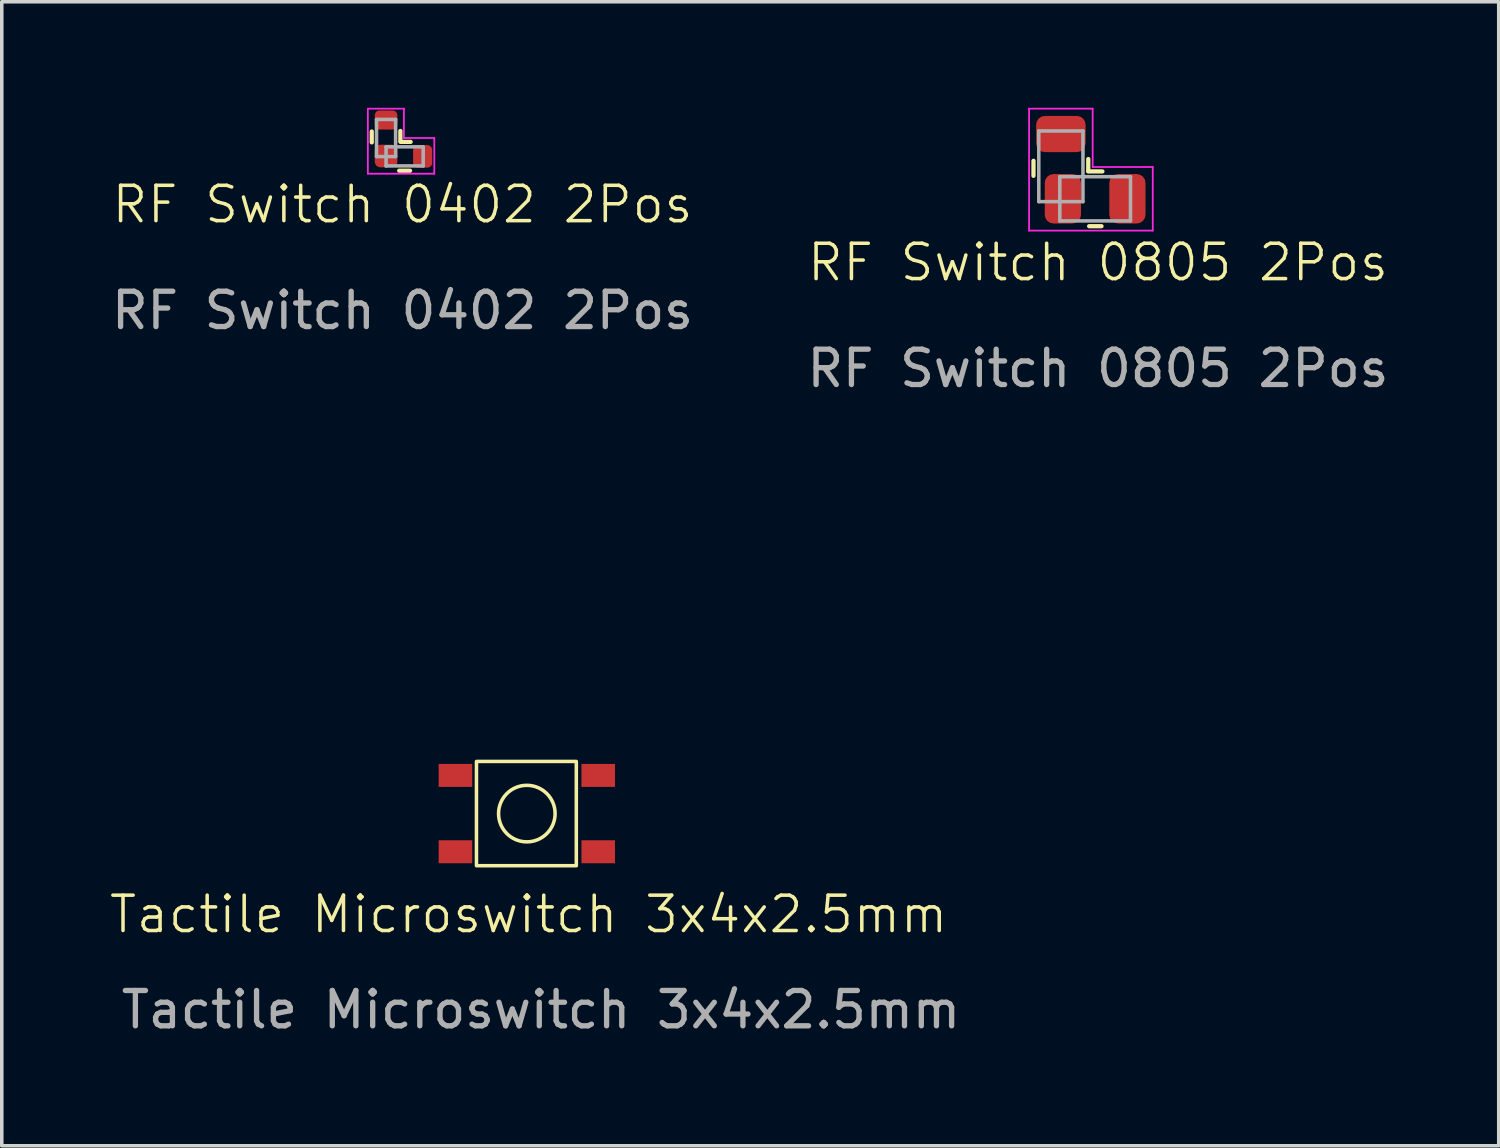
<source format=kicad_pcb>
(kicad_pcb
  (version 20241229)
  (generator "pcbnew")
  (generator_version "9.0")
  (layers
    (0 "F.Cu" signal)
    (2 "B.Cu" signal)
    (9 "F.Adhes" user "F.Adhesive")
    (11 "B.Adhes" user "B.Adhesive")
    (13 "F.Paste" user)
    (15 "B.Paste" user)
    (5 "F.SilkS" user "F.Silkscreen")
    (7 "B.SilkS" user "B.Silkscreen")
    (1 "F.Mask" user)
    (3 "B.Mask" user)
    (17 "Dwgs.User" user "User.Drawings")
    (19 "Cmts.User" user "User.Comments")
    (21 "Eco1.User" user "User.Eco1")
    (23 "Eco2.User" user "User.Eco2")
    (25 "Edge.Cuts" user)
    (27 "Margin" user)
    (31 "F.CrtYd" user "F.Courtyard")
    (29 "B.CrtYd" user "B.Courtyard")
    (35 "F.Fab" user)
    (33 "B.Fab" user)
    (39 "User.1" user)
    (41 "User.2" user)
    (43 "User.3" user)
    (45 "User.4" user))
  (footprint "RF Switch 0805 2Pos"
    (layer "F.Cu")
    (at 28.018 4.875)
    (property "Reference" "RF Switch 0805 2Pos" (at 0 -0.5 0) (unlocked yes) (layer "F.SilkS") (effects (font (size 1 1) (thickness 0.1))))
    (attr smd)
    (fp_line (start -1.825 -2.95) (end -1.825 -3.375) (stroke (width 0.12) (type solid)) (layer "F.SilkS"))
    (fp_line (start -0.275 -3.086) (end -0.275 -3.425) (stroke (width 0.12) (type solid)) (layer "F.SilkS"))
    (fp_line (start -0.275 -3.075) (end 0.125 -3.075) (stroke (width 0.12) (type solid)) (layer "F.SilkS"))
    (fp_line (start -0.25 -1.525) (end 0.1 -1.525) (stroke (width 0.12) (type solid)) (layer "F.SilkS"))
    (fp_line (start -1.95 -4.85) (end -1.95 -1.4) (stroke (width 0.05) (type default)) (layer "F.CrtYd"))
    (fp_line (start -1.95 -1.4) (end 1.55 -1.4) (stroke (width 0.05) (type default)) (layer "F.CrtYd"))
    (fp_line (start -0.15 -4.85) (end -1.95 -4.85) (stroke (width 0.05) (type default)) (layer "F.CrtYd"))
    (fp_line (start -0.15 -3.2) (end -0.15 -4.85) (stroke (width 0.05) (type default)) (layer "F.CrtYd"))
    (fp_line (start 1.55 -3.2) (end -0.15 -3.2) (stroke (width 0.05) (type default)) (layer "F.CrtYd"))
    (fp_line (start 1.55 -1.4) (end 1.55 -3.2) (stroke (width 0.05) (type default)) (layer "F.CrtYd"))
    (fp_line (start -1.675 -4.22) (end -0.425 -4.22) (stroke (width 0.1) (type solid)) (layer "F.Fab"))
    (fp_line (start -1.675 -2.22) (end -1.675 -4.22) (stroke (width 0.1) (type solid)) (layer "F.Fab"))
    (fp_line (start -1.08 -2.925) (end 0.92 -2.925) (stroke (width 0.1) (type solid)) (layer "F.Fab"))
    (fp_line (start -1.08 -1.675) (end -1.08 -2.925) (stroke (width 0.1) (type solid)) (layer "F.Fab"))
    (fp_line (start -0.425 -4.22) (end -0.425 -2.22) (stroke (width 0.1) (type solid)) (layer "F.Fab"))
    (fp_line (start -0.425 -2.22) (end -1.675 -2.22) (stroke (width 0.1) (type solid)) (layer "F.Fab"))
    (fp_line (start 0.92 -2.925) (end 0.92 -1.675) (stroke (width 0.1) (type solid)) (layer "F.Fab"))
    (fp_line (start 0.92 -1.675) (end -1.08 -1.675) (stroke (width 0.1) (type solid)) (layer "F.Fab"))
    (fp_text user "${REFERENCE}" (at 0 2.5 0) (unlocked yes) (layer "F.Fab") (effects (font (size 1 1) (thickness 0.15))))
    (pad "1" smd roundrect (at -0.993 -2.3) (size 1.025 1.4) (layers "F.Cu" "F.Mask" "F.Paste") (roundrect_rratio 0.244))
    (pad "2" smd roundrect (at 0.833 -2.3) (size 1.025 1.4) (layers "F.Cu" "F.Mask" "F.Paste") (roundrect_rratio 0.244))
    (pad "3" smd roundrect (at -1.05 -4.133 90) (size 1.025 1.4) (layers "F.Cu" "F.Mask" "F.Paste") (roundrect_rratio 0.244)))
  (footprint "Tactile Microswitch 3x4x2.5mm"
    (layer "F.Cu")
    (at 11.857 19.971)
    (property "Reference" "Tactile Microswitch 3x4x2.5mm" (at 0.05 2.85 0) (unlocked yes) (layer "F.SilkS") (effects (font (size 1 1) (thickness 0.1))))
    (attr smd)
    (fp_rect (start -1.425 -1.475) (end 1.4 1.475) (stroke (width 0.1) (type default)) (fill no) (layer "F.SilkS"))
    (fp_circle (center 0 0) (end 0.8 0) (stroke (width 0.1) (type default)) (fill no) (layer "F.SilkS"))
    (fp_text user "${REFERENCE}" (at 0.4 5.55 0) (unlocked yes) (layer "F.Fab") (effects (font (size 1 1) (thickness 0.15))))
    (dimension (type aligned) (layer "User.1") (pts (xy 9.757 18.271) (xy 13.957 18.271)) (height -5.05) (format (prefix "") (suffix "") (units 3) (units_format 1) (precision 4)) (style (thickness 0.1) (arrow_length 1.27) (text_position_mode 0) (arrow_direction outward) (extension_height 0.586) (extension_offset 0.5) (keep_text_aligned yes)) (gr_text "4.2000 mm" (at 11.857 12.072 0) (layer "User.1") (effects (font (size 1 1) (thickness 0.15)))))
    (dimension (type aligned) (layer "User.1") (pts (xy 13.957 18.271) (xy 13.957 21.672)) (height -13.95) (format (prefix "") (suffix "") (units 3) (units_format 1) (precision 4)) (style (thickness 0.1) (arrow_length 1.27) (text_position_mode 0) (arrow_direction outward) (extension_height 0.586) (extension_offset 0.5) (keep_text_aligned yes)) (gr_text "3.4000 mm" (at 26.757 19.971 90) (layer "User.1") (effects (font (size 1 1) (thickness 0.15)))))
    (pad "1" smd rect (at -2.02 -1.08) (size 0.95 0.65) (layers "F.Cu" "F.Mask" "F.Paste"))
    (pad "2" smd rect (at 2.02 -1.08) (size 0.95 0.65) (layers "F.Cu" "F.Mask" "F.Paste"))
    (pad "3" smd rect (at -2.02 1.08) (size 0.95 0.65) (layers "F.Cu" "F.Mask" "F.Paste"))
    (pad "4" smd rect (at 2.02 1.08) (size 0.95 0.65) (layers "F.Cu" "F.Mask" "F.Paste")))
  (footprint "RF Switch 0402 2Pos"
    (layer "F.Cu")
    (at 8.339 3.235)
    (property "Reference" "RF Switch 0402 2Pos" (at 0 -0.5 0) (unlocked yes) (layer "F.SilkS") (effects (font (size 1 1) (thickness 0.1))))
    (attr smd)
    (fp_line (start -0.87 -2.256) (end -0.87 -2.564) (stroke (width 0.12) (type solid)) (layer "F.SilkS"))
    (fp_line (start -0.094 -1.455) (end 0.214 -1.455) (stroke (width 0.12) (type solid)) (layer "F.SilkS"))
    (fp_line (start -0.06 -2.281) (end -0.06 -2.579) (stroke (width 0.12) (type solid)) (layer "F.SilkS"))
    (fp_line (start -0.05 -2.27) (end 0.23 -2.27) (stroke (width 0.12) (type solid)) (layer "F.SilkS"))
    (fp_line (start -0.98 -3.21) (end 0.04 -3.21) (stroke (width 0.05) (type default)) (layer "F.CrtYd"))
    (fp_line (start -0.98 -2.27) (end -0.98 -3.21) (stroke (width 0.05) (type solid)) (layer "F.CrtYd"))
    (fp_line (start -0.98 -1.37) (end -0.98 -2.27) (stroke (width 0.05) (type default)) (layer "F.CrtYd"))
    (fp_line (start 0.04 -3.21) (end 0.04 -2.38) (stroke (width 0.05) (type default)) (layer "F.CrtYd"))
    (fp_line (start 0.04 -2.38) (end 0.9 -2.38) (stroke (width 0.05) (type default)) (layer "F.CrtYd"))
    (fp_line (start 0.9 -2.38) (end 0.9 -1.37) (stroke (width 0.05) (type default)) (layer "F.CrtYd"))
    (fp_line (start 0.9 -1.37) (end -0.98 -1.37) (stroke (width 0.05) (type default)) (layer "F.CrtYd"))
    (fp_line (start -0.735 -2.905) (end -0.195 -2.905) (stroke (width 0.1) (type solid)) (layer "F.Fab"))
    (fp_line (start -0.735 -1.855) (end -0.735 -2.905) (stroke (width 0.1) (type solid)) (layer "F.Fab"))
    (fp_line (start -0.465 -2.13) (end 0.585 -2.13) (stroke (width 0.1) (type solid)) (layer "F.Fab"))
    (fp_line (start -0.465 -1.59) (end -0.465 -2.13) (stroke (width 0.1) (type solid)) (layer "F.Fab"))
    (fp_line (start -0.195 -2.905) (end -0.195 -1.855) (stroke (width 0.1) (type solid)) (layer "F.Fab"))
    (fp_line (start -0.195 -1.855) (end -0.735 -1.855) (stroke (width 0.1) (type solid)) (layer "F.Fab"))
    (fp_line (start 0.585 -2.13) (end 0.585 -1.59) (stroke (width 0.1) (type solid)) (layer "F.Fab"))
    (fp_line (start 0.585 -1.59) (end -0.465 -1.59) (stroke (width 0.1) (type solid)) (layer "F.Fab"))
    (fp_text user "${REFERENCE}" (at 0 2.5 0) (unlocked yes) (layer "F.Fab") (effects (font (size 1 1) (thickness 0.15))))
    (pad "1" smd roundrect (at -0.465 -1.87 90) (size 0.64 0.64) (layers "F.Cu" "F.Mask" "F.Paste") (roundrect_rratio 0.25))
    (pad "2" smd roundrect (at 0.57 -1.86) (size 0.54 0.64) (layers "F.Cu" "F.Mask" "F.Paste") (roundrect_rratio 0.25))
    (pad "3" smd roundrect (at -0.465 -2.89 90) (size 0.54 0.64) (layers "F.Cu" "F.Mask" "F.Paste") (roundrect_rratio 0.25)))
  (gr_rect
    (start -3 -3)
    (end 39.357 29.37)
    (stroke (width 0.1) (type default))
    (fill no)
    (layer "Edge.Cuts")))
</source>
